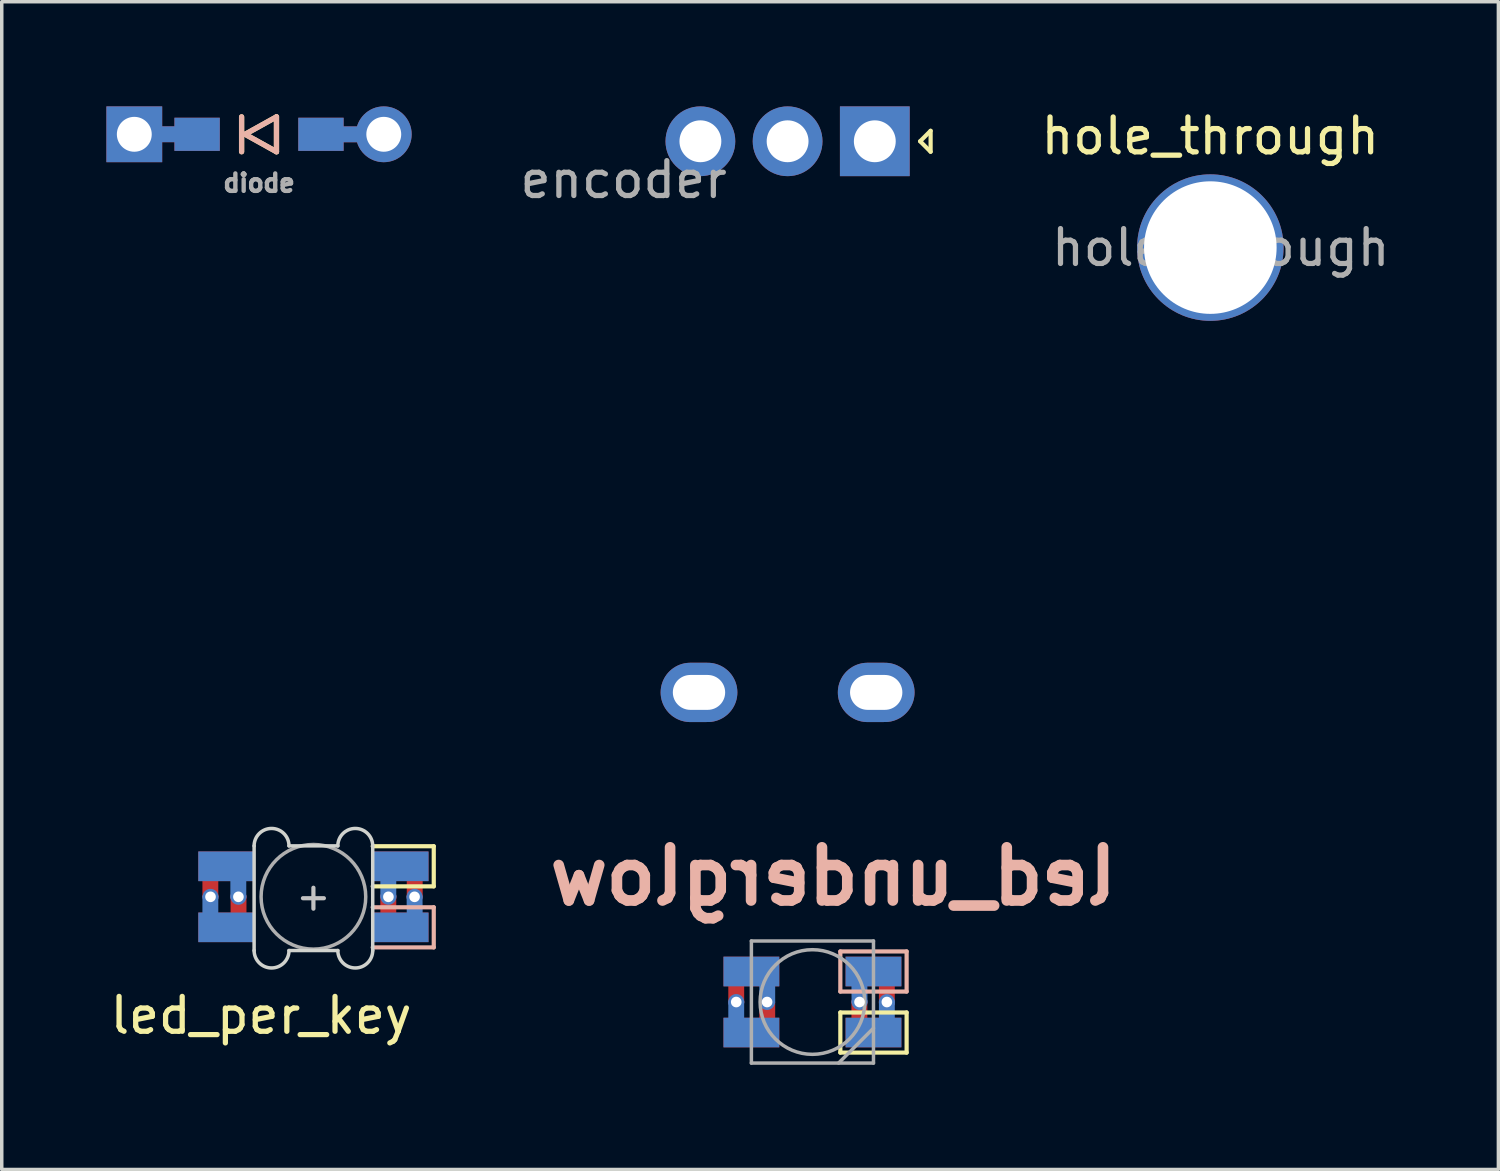
<source format=kicad_pcb>
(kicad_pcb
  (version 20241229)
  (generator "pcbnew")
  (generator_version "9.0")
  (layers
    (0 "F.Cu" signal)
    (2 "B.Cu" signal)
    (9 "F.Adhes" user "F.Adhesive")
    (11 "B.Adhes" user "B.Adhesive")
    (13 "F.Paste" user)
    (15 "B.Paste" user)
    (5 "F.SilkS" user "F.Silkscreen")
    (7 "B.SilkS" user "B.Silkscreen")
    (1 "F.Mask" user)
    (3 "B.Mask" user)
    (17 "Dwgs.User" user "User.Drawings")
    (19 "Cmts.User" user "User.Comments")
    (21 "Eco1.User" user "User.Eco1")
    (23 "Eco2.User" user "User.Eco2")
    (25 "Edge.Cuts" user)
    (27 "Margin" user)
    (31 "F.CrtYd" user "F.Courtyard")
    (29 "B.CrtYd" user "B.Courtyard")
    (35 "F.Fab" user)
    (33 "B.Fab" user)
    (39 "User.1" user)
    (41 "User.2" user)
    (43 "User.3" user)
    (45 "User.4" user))
  (footprint "led_underglow"
    (layer "F.Cu")
    (at 20.241 25.676)
    (property "Reference" "led_underglow" (at 0.6 -3.6 0) (layer "B.SilkS") (effects (font (size 1.524 1.524) (thickness 0.305)) (justify mirror)))
    (attr through_hole)
    (fp_poly (pts (xy -1 -0.5) (xy -2.5 -0.5) (xy -2.5 -1.25) (xy -1 -1.25)) (stroke (width 0.1) (type solid)) (fill yes) (layer "F.Mask"))
    (fp_poly (pts (xy -1 1.25) (xy -2.5 1.25) (xy -2.5 0.5) (xy -1 0.5)) (stroke (width 0.1) (type solid)) (fill yes) (layer "F.Mask"))
    (fp_poly (pts (xy 2.5 -0.5) (xy 1 -0.5) (xy 1 -1.25) (xy 2.5 -1.25)) (stroke (width 0.1) (type solid)) (fill yes) (layer "F.Mask"))
    (fp_poly (pts (xy 2.5 1) (xy 2.5 1.25) (xy 1 1.25) (xy 1 0.5) (xy 2.5 0.5)) (stroke (width 0.1) (type solid)) (fill yes) (layer "F.Mask"))
    (fp_poly (pts (xy -1 -0.5) (xy -2.5 -0.5) (xy -2.5 -1.25) (xy -1 -1.25)) (stroke (width 0.1) (type solid)) (fill yes) (layer "B.Mask"))
    (fp_poly (pts (xy -1 1.25) (xy -2.5 1.25) (xy -2.5 0.5) (xy -1 0.5)) (stroke (width 0.1) (type solid)) (fill yes) (layer "B.Mask"))
    (fp_poly (pts (xy 2.5 1.25) (xy 1 1.25) (xy 1 0.5) (xy 2.5 0.5)) (stroke (width 0.1) (type solid)) (fill yes) (layer "B.Mask"))
    (fp_poly (pts (xy 2.5 -0.5) (xy 1 -0.5) (xy 1 -1.25) (xy 2.2 -1.25) (xy 2.5 -1.25)) (stroke (width 0.1) (type solid)) (fill yes) (layer "B.Mask"))
    (fp_line (start 0.8 0.3) (end 0.8 1.45) (stroke (width 0.12) (type solid)) (layer "F.SilkS"))
    (fp_line (start 0.8 1.45) (end 2.7 1.45) (stroke (width 0.12) (type solid)) (layer "F.SilkS"))
    (fp_line (start 2.7 0.3) (end 0.8 0.3) (stroke (width 0.12) (type solid)) (layer "F.SilkS"))
    (fp_line (start 2.7 1.45) (end 2.7 0.3) (stroke (width 0.12) (type solid)) (layer "F.SilkS"))
    (fp_line (start 0.8 -1.45) (end 0.8 -0.3) (stroke (width 0.12) (type solid)) (layer "B.SilkS"))
    (fp_line (start 0.8 -0.3) (end 2.7 -0.3) (stroke (width 0.12) (type solid)) (layer "B.SilkS"))
    (fp_line (start 2.7 -1.45) (end 0.8 -1.45) (stroke (width 0.12) (type solid)) (layer "B.SilkS"))
    (fp_line (start 2.7 -0.3) (end 2.7 -1.45) (stroke (width 0.12) (type solid)) (layer "B.SilkS"))
    (fp_line (start -1.75 -1.75) (end -1.75 1.75) (stroke (width 0.1) (type solid)) (layer "F.Fab"))
    (fp_line (start -1.75 1.75) (end 1.75 1.75) (stroke (width 0.1) (type solid)) (layer "F.Fab"))
    (fp_line (start 1.75 -1.75) (end -1.75 -1.75) (stroke (width 0.1) (type solid)) (layer "F.Fab"))
    (fp_line (start 1.75 0.75) (end 0.75 1.75) (stroke (width 0.1) (type solid)) (layer "F.Fab"))
    (fp_line (start 1.75 1.75) (end 1.75 -1.75) (stroke (width 0.1) (type solid)) (layer "F.Fab"))
    (fp_circle (center 0 0) (end 0 -1.5) (stroke (width 0.1) (type solid)) (fill no) (layer "F.Fab"))
    (pad "1" thru_hole circle (at -2.184 0) (size 0.457 0.457) (drill 0.305) (layers "*.Cu"))
    (pad "1" smd custom (at -1.75 -0.875) (size 1.6 0.85) (layers "F.Cu") (options (anchor rect)) (primitives (gr_poly (pts (xy -0.257 0.895) (xy -0.612 0.895) (xy -0.612 0.272) (xy -0.257 0.272)) (width 0.1) (fill yes))))
    (pad "1" smd custom (at -1.75 0.875) (size 1.6 0.85) (layers "B.Cu") (options (anchor rect)) (primitives (gr_poly (pts (xy -0.257 -0.322) (xy -0.612 -0.322) (xy -0.612 -0.893) (xy -0.257 -0.893)) (width 0.1) (fill yes))))
    (pad "2" smd custom (at -1.75 -0.875) (size 1.6 0.85) (layers "B.Cu") (options (anchor rect)) (primitives (gr_poly (pts (xy 0.632 0.888) (xy 0.277 0.888) (xy 0.277 0.325) (xy 0.632 0.325)) (width 0.1) (fill yes))))
    (pad "2" smd custom (at -1.75 0.875) (size 1.6 0.85) (layers "F.Cu") (options (anchor rect)) (primitives (gr_poly (pts (xy 0.632 -0.296) (xy 0.277 -0.296) (xy 0.277 -0.869) (xy 0.632 -0.869)) (width 0.1) (fill yes))))
    (pad "2" thru_hole circle (at -1.3 0) (size 0.457 0.457) (drill 0.305) (layers "*.Cu"))
    (pad "3" thru_hole circle (at 1.35 0) (size 0.457 0.457) (drill 0.305) (layers "*.Cu"))
    (pad "3" smd custom (at 1.75 -0.875) (size 1.6 0.85) (layers "B.Cu") (options (anchor rect)) (primitives (gr_poly (pts (xy -0.222 0.888) (xy -0.578 0.888) (xy -0.582 0.325) (xy -0.226 0.325)) (width 0.1) (fill yes))))
    (pad "3" smd custom (at 1.75 0.875) (size 1.6 0.85) (layers "F.Cu") (options (anchor rect)) (primitives (gr_poly (pts (xy -0.226 -0.354) (xy -0.582 -0.354) (xy -0.582 -0.887) (xy -0.226 -0.887)) (width 0.1) (fill yes))))
    (pad "4" smd custom (at 1.75 -0.875) (size 1.6 0.85) (layers "F.Cu") (options (anchor rect)) (primitives (gr_poly (pts (xy 0.561 0.923) (xy 0.206 0.92) (xy 0.206 0.196) (xy 0.561 0.193)) (width 0.1) (fill yes))))
    (pad "4" smd custom (at 1.75 0.875) (size 1.6 0.85) (layers "B.Cu") (options (anchor rect)) (primitives (gr_poly (pts (xy 0.561 -0.176) (xy 0.206 -0.176) (xy 0.206 -0.887) (xy 0.561 -0.887)) (width 0.1) (fill yes))))
    (pad "4" thru_hole circle (at 2.134 0) (size 0.457 0.457) (drill 0.305) (layers "*.Cu")))
  (footprint "diode"
    (layer "F.Cu")
    (at 4.376 0.8)
    (property "Reference" "diode" (at 0 1.397 0) (layer "F.Fab") (effects (font (size 0.5 0.5) (thickness 0.125))))
    (fp_poly (pts (xy -2.375 -0.425) (xy -1.175 -0.425) (xy -1.175 0.425) (xy -2.375 0.425)) (stroke (width 0.1) (type solid)) (fill yes) (layer "F.Mask"))
    (fp_poly (pts (xy 1.175 -0.425) (xy 2.375 -0.425) (xy 2.375 0.425) (xy 1.175 0.425)) (stroke (width 0.1) (type solid)) (fill yes) (layer "F.Mask"))
    (fp_poly (pts (xy -2.375 -0.425) (xy -1.175 -0.425) (xy -1.175 0.425) (xy -2.375 0.425)) (stroke (width 0.1) (type solid)) (fill yes) (layer "B.Mask"))
    (fp_poly (pts (xy 1.175 -0.425) (xy 2.375 -0.425) (xy 2.375 0.425) (xy 1.175 0.425)) (stroke (width 0.1) (type solid)) (fill yes) (layer "B.Mask"))
    (fp_line (start -0.5 -0.5) (end -0.5 0.5) (stroke (width 0.15) (type solid)) (layer "F.SilkS"))
    (fp_line (start -0.4 0) (end 0.5 -0.5) (stroke (width 0.15) (type solid)) (layer "F.SilkS"))
    (fp_line (start 0.5 -0.5) (end 0.5 0.5) (stroke (width 0.15) (type solid)) (layer "F.SilkS"))
    (fp_line (start 0.5 0.5) (end -0.4 0) (stroke (width 0.15) (type solid)) (layer "F.SilkS"))
    (fp_line (start -0.5 0.5) (end -0.5 -0.5) (stroke (width 0.15) (type solid)) (layer "B.SilkS"))
    (fp_line (start -0.4 0) (end 0.5 0.5) (stroke (width 0.15) (type solid)) (layer "B.SilkS"))
    (fp_line (start 0.5 -0.5) (end -0.4 0) (stroke (width 0.15) (type solid)) (layer "B.SilkS"))
    (fp_line (start 0.5 0.5) (end 0.5 -0.5) (stroke (width 0.15) (type solid)) (layer "B.SilkS"))
    (pad "1" thru_hole rect (at -3.576 0 180) (size 1.6 1.6) (drill 1) (layers "*.Cu" "*.Mask"))
    (pad "1" smd custom (at -1.775 0) (size 1.3 0.95) (layers "F.Cu") (options (anchor rect)) (primitives (gr_poly (pts (xy -0.52 0.177) (xy -1.093 0.177) (xy -1.093 -0.178) (xy -0.52 -0.178)) (width 0.1) (fill yes))))
    (pad "1" smd custom (at -1.775 0) (size 1.3 0.95) (layers "B.Cu") (options (anchor rect)) (primitives (gr_poly (pts (xy -0.52 0.177) (xy -1.093 0.177) (xy -1.093 -0.179) (xy -0.52 -0.179)) (width 0.1) (fill yes))))
    (pad "2" smd custom (at 1.775 0) (size 1.3 0.95) (layers "F.Cu") (options (anchor rect)) (primitives (gr_poly (pts (xy 1.093 0.179) (xy 0.52 0.179) (xy 0.52 -0.177) (xy 1.093 -0.177)) (width 0.1) (fill yes))))
    (pad "2" smd custom (at 1.775 0) (size 1.3 0.95) (layers "B.Cu") (options (anchor rect)) (primitives (gr_poly (pts (xy 1.093 0.179) (xy 0.52 0.179) (xy 0.52 -0.177) (xy 1.093 -0.177)) (width 0.1) (fill yes))))
    (pad "2" thru_hole circle (at 3.576 0 180) (size 1.6 1.6) (drill 1) (layers "*.Cu" "*.Mask")))
  (footprint "hole_through"
    (layer "F.Cu")
    (at 31.648 4.048)
    (property "Reference" "hole_through" (at 0 -3.2 0) (layer "F.SilkS") (effects (font (size 1 1) (thickness 0.15))))
    (fp_text user "${REFERENCE}" (at 0.3 0 0) (layer "F.Fab") (effects (font (size 1 1) (thickness 0.15))))
    (pad "" thru_hole circle (at 0 0) (size 4.2 4.2) (drill 3.8) (layers "*.Cu" "*.Mask")))
  (footprint "led_per_key"
    (layer "F.Cu")
    (at 5.935 22.56)
    (property "Reference" "led_per_key" (at -1.5 3.5 180) (layer "F.SilkS") (effects (font (size 1 1) (thickness 0.15))))
    (attr through_hole)
    (fp_poly (pts (xy -3.25 -1.15) (xy -1.75 -1.15) (xy -1.75 -0.4) (xy -3.25 -0.4)) (stroke (width 0.1) (type solid)) (fill yes) (layer "F.Mask"))
    (fp_poly (pts (xy -3.25 0.6) (xy -1.75 0.6) (xy -1.75 1.35) (xy -3.25 1.35)) (stroke (width 0.1) (type solid)) (fill yes) (layer "F.Mask"))
    (fp_poly (pts (xy 1.75 0.6) (xy 3.25 0.6) (xy 3.25 1.35) (xy 1.75 1.35)) (stroke (width 0.1) (type solid)) (fill yes) (layer "F.Mask"))
    (fp_poly (pts (xy 1.75 -1.15) (xy 3.25 -1.15) (xy 3.25 -0.9) (xy 3.25 -0.4) (xy 1.75 -0.4)) (stroke (width 0.1) (type solid)) (fill yes) (layer "F.Mask"))
    (fp_poly (pts (xy -3.25 -1.15) (xy -1.75 -1.15) (xy -1.75 -0.4) (xy -3.25 -0.4)) (stroke (width 0.1) (type solid)) (fill yes) (layer "B.Mask"))
    (fp_poly (pts (xy -3.25 0.6) (xy -1.75 0.6) (xy -1.75 1.35) (xy -3.25 1.35)) (stroke (width 0.1) (type solid)) (fill yes) (layer "B.Mask"))
    (fp_poly (pts (xy 1.75 -1.15) (xy 3.25 -1.15) (xy 3.25 -0.4) (xy 1.75 -0.4)) (stroke (width 0.1) (type solid)) (fill yes) (layer "B.Mask"))
    (fp_poly (pts (xy 1.75 0.6) (xy 3.25 0.6) (xy 3.25 1.35) (xy 3.048 1.35) (xy 1.75 1.35)) (stroke (width 0.1) (type solid)) (fill yes) (layer "B.Mask"))
    (fp_line (start 3.45 -1.35) (end 1.7 -1.35) (stroke (width 0.12) (type solid)) (layer "F.SilkS"))
    (fp_line (start 3.45 -0.2) (end 1.7 -0.2) (stroke (width 0.12) (type solid)) (layer "F.SilkS"))
    (fp_line (start 3.45 -0.2) (end 3.45 -1.35) (stroke (width 0.12) (type solid)) (layer "F.SilkS"))
    (fp_line (start 1.7 0.4) (end 3.45 0.4) (stroke (width 0.12) (type solid)) (layer "B.SilkS"))
    (fp_line (start 1.7 1.55) (end 3.45 1.55) (stroke (width 0.12) (type solid)) (layer "B.SilkS"))
    (fp_line (start 3.45 1.55) (end 3.45 0.4) (stroke (width 0.12) (type solid)) (layer "B.SilkS"))
    (fp_line (start -0.3 0.14) (end 0.3 0.14) (stroke (width 0.12) (type solid)) (layer "Dwgs.User"))
    (fp_line (start 0 0.44) (end 0 -0.16) (stroke (width 0.12) (type solid)) (layer "Dwgs.User"))
    (fp_line (start -1.7 -1.36) (end -1.7 1.64) (stroke (width 0.1) (type solid)) (layer "Edge.Cuts"))
    (fp_line (start -0.7 -1.36) (end 0.7 -1.36) (stroke (width 0.1) (type solid)) (layer "Edge.Cuts"))
    (fp_line (start -0.7 1.64) (end 0.7 1.64) (stroke (width 0.1) (type solid)) (layer "Edge.Cuts"))
    (fp_line (start 1.7 1.64) (end 1.7 -1.36) (stroke (width 0.1) (type solid)) (layer "Edge.Cuts"))
    (fp_arc (start -1.7 -1.36) (mid -1.2 -1.86) (end -0.7 -1.36) (stroke (width 0.1) (type solid)) (layer "Edge.Cuts"))
    (fp_arc (start -0.7 1.64) (mid -1.2 2.14) (end -1.7 1.64) (stroke (width 0.1) (type solid)) (layer "Edge.Cuts"))
    (fp_arc (start 0.7 -1.36) (mid 1.2 -1.86) (end 1.7 -1.36) (stroke (width 0.1) (type solid)) (layer "Edge.Cuts"))
    (fp_arc (start 1.7 1.64) (mid 1.2 2.14) (end 0.7 1.64) (stroke (width 0.1) (type solid)) (layer "Edge.Cuts"))
    (fp_circle (center 0 0.1) (end 0 -1.4) (stroke (width 0.1) (type solid)) (fill no) (layer "F.Fab"))
    (pad "1" smd custom (at -2.5 -0.775) (size 1.6 0.85) (layers "B.Cu") (options (anchor rect)) (primitives (gr_poly (pts (xy 0.525 0.896) (xy 0.169 0.896) (xy 0.169 0.325) (xy 0.525 0.325)) (width 0.1) (fill yes))))
    (pad "1" smd custom (at -2.5 0.975) (size 1.6 0.85) (layers "F.Cu") (options (anchor rect)) (primitives (gr_poly (pts (xy 0.531 -0.275) (xy 0.175 -0.275) (xy 0.175 -0.898) (xy 0.531 -0.898)) (width 0.1) (fill yes))))
    (pad "1" thru_hole circle (at -2.15 0.1 180) (size 0.457 0.457) (drill 0.305) (layers "*.Cu"))
    (pad "2" thru_hole circle (at -2.95 0.1 180) (size 0.457 0.457) (drill 0.305) (layers "*.Cu"))
    (pad "2" smd custom (at -2.5 -0.775 180) (size 1.6 0.85) (layers "F.Cu") (options (anchor rect)) (primitives (gr_poly (pts (xy 0.632 -0.296) (xy 0.277 -0.296) (xy 0.277 -0.869) (xy 0.632 -0.869)) (width 0.1) (fill yes))))
    (pad "2" smd custom (at -2.5 0.975 180) (size 1.6 0.85) (layers "B.Cu") (options (anchor rect)) (primitives (gr_poly (pts (xy 0.632 0.888) (xy 0.277 0.888) (xy 0.277 0.325) (xy 0.632 0.325)) (width 0.1) (fill yes))))
    (pad "3" smd custom (at 2.5 -0.775 180) (size 1.6 0.85) (layers "F.Cu") (options (anchor rect)) (primitives (gr_poly (pts (xy -0.226 -0.354) (xy -0.582 -0.354) (xy -0.582 -0.887) (xy -0.226 -0.887)) (width 0.1) (fill yes))))
    (pad "3" smd custom (at 2.5 0.975 180) (size 1.6 0.85) (layers "B.Cu") (options (anchor rect)) (primitives (gr_poly (pts (xy -0.222 0.888) (xy -0.578 0.888) (xy -0.582 0.325) (xy -0.226 0.325)) (width 0.1) (fill yes))))
    (pad "3" thru_hole circle (at 2.9 0.1 180) (size 0.457 0.457) (drill 0.305) (layers "*.Cu"))
    (pad "4" thru_hole circle (at 2.15 0.1 180) (size 0.457 0.457) (drill 0.305) (layers "*.Cu"))
    (pad "4" smd custom (at 2.5 -0.775) (size 1.6 0.85) (layers "B.Cu") (options (anchor rect)) (primitives (gr_poly (pts (xy -0.175 0.886) (xy -0.531 0.886) (xy -0.531 0.175) (xy -0.175 0.175)) (width 0.1) (fill yes))))
    (pad "4" smd custom (at 2.5 0.975) (size 1.6 0.85) (layers "F.Cu") (options (anchor rect)) (primitives (gr_poly (pts (xy -0.175 -0.175) (xy -0.531 -0.178) (xy -0.531 -0.903) (xy -0.175 -0.906)) (width 0.1) (fill yes)))))
  (footprint "encoder"
    (layer "F.Cu")
    (at 19.529 9.3)
    (property "Reference" "encoder" (at -4.7 -7.2 0) (layer "F.Fab") (effects (font (size 1 1) (thickness 0.15))))
    (attr through_hole)
    (fp_line (start 3.8 -8.3) (end 4.1 -8.6) (stroke (width 0.12) (type solid)) (layer "F.SilkS"))
    (fp_line (start 4.1 -8.6) (end 4.1 -8) (stroke (width 0.12) (type solid)) (layer "F.SilkS"))
    (fp_line (start 4.1 -8) (end 3.8 -8.3) (stroke (width 0.12) (type solid)) (layer "F.SilkS"))
    (pad "A" thru_hole rect (at 2.5 -8.3 270) (size 2 2) (drill 1.2) (layers "*.Cu" "*.Mask"))
    (pad "B" thru_hole circle (at -2.5 -8.3 270) (size 2 2) (drill 1.2) (layers "*.Cu" "*.Mask"))
    (pad "C" thru_hole circle (at 0 -8.3 270) (size 2 2) (drill 1.2) (layers "*.Cu" "*.Mask"))
    (pad "S1" thru_hole oval (at -2.54 7.5) (size 2.2 1.7) (drill oval 1.5 1) (layers "*.Cu" "*.Mask"))
    (pad "S2" thru_hole oval (at 2.54 7.5) (size 2.2 1.7) (drill oval 1.5 1) (layers "*.Cu" "*.Mask")))
  (gr_rect
    (start -3 -3)
    (end 39.906 30.476)
    (stroke (width 0.1) (type default))
    (fill no)
    (layer "Edge.Cuts")))
</source>
